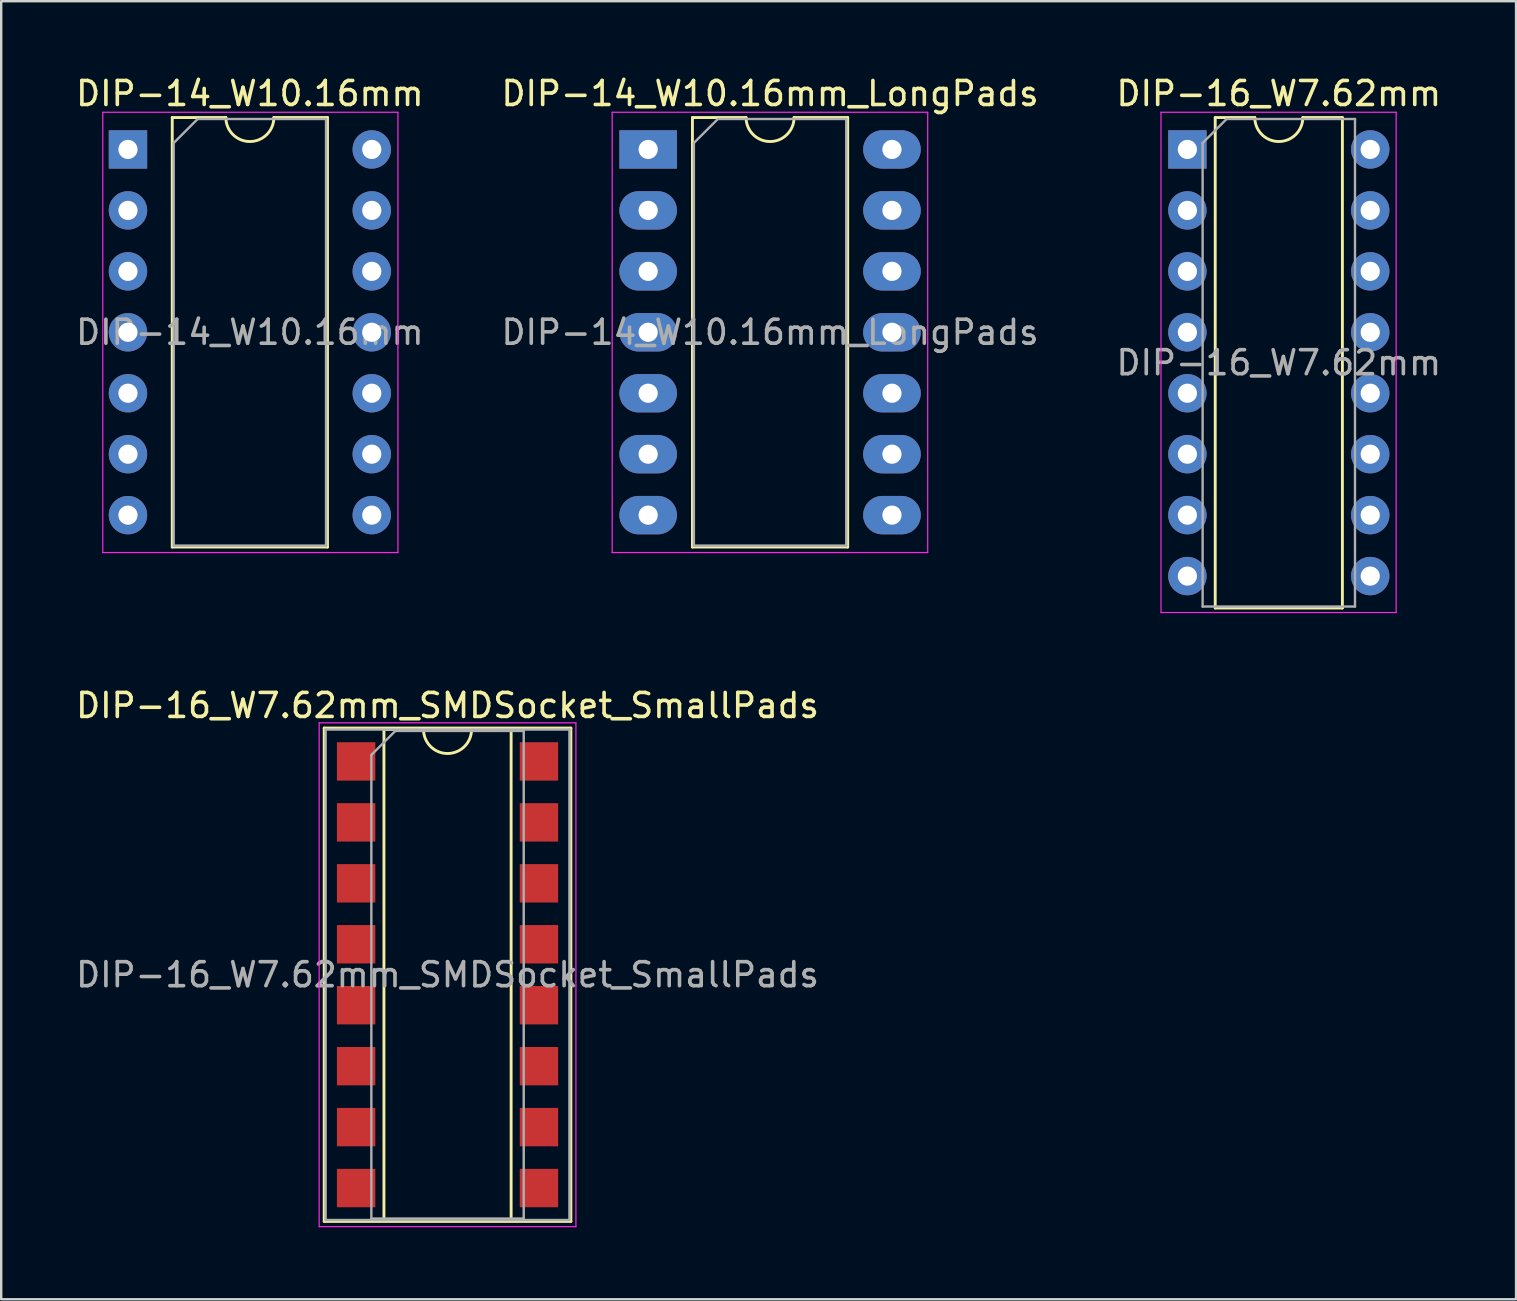
<source format=kicad_pcb>
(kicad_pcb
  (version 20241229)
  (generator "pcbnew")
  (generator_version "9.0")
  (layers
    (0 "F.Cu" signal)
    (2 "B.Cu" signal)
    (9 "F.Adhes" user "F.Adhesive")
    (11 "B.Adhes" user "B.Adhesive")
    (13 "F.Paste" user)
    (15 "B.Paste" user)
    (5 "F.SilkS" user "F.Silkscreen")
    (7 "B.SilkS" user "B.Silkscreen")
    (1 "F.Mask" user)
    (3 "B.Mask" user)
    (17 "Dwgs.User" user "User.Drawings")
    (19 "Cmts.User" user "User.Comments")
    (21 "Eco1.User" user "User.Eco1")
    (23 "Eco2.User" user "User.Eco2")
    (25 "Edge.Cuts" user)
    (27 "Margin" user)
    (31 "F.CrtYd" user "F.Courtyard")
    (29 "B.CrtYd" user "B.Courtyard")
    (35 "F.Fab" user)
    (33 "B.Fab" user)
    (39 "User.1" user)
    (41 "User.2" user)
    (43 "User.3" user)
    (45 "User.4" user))
  (footprint "DIP-14_W10.16mm_LongPads"
    (layer "F.Cu")
    (at 23.962 3.178)
    (property "Reference" "DIP-14_W10.16mm_LongPads" (at 5.08 -2.33 0) (layer "F.SilkS") (effects (font (size 1 1) (thickness 0.15))))
    (attr through_hole)
    (fp_line (start 1.845 -1.33) (end 1.845 16.57) (stroke (width 0.12) (type solid)) (layer "F.SilkS"))
    (fp_line (start 1.845 16.57) (end 8.315 16.57) (stroke (width 0.12) (type solid)) (layer "F.SilkS"))
    (fp_line (start 4.08 -1.33) (end 1.845 -1.33) (stroke (width 0.12) (type solid)) (layer "F.SilkS"))
    (fp_line (start 8.315 -1.33) (end 6.08 -1.33) (stroke (width 0.12) (type solid)) (layer "F.SilkS"))
    (fp_line (start 8.315 16.57) (end 8.315 -1.33) (stroke (width 0.12) (type solid)) (layer "F.SilkS"))
    (fp_arc (start 6.08 -1.33) (mid 5.08 -0.33) (end 4.08 -1.33) (stroke (width 0.12) (type solid)) (layer "F.SilkS"))
    (fp_line (start -1.5 -1.55) (end -1.5 16.8) (stroke (width 0.05) (type solid)) (layer "F.CrtYd"))
    (fp_line (start -1.5 16.8) (end 11.65 16.8) (stroke (width 0.05) (type solid)) (layer "F.CrtYd"))
    (fp_line (start 11.65 -1.55) (end -1.5 -1.55) (stroke (width 0.05) (type solid)) (layer "F.CrtYd"))
    (fp_line (start 11.65 16.8) (end 11.65 -1.55) (stroke (width 0.05) (type solid)) (layer "F.CrtYd"))
    (fp_line (start 1.905 -0.27) (end 2.905 -1.27) (stroke (width 0.1) (type solid)) (layer "F.Fab"))
    (fp_line (start 1.905 16.51) (end 1.905 -0.27) (stroke (width 0.1) (type solid)) (layer "F.Fab"))
    (fp_line (start 2.905 -1.27) (end 8.255 -1.27) (stroke (width 0.1) (type solid)) (layer "F.Fab"))
    (fp_line (start 8.255 -1.27) (end 8.255 16.51) (stroke (width 0.1) (type solid)) (layer "F.Fab"))
    (fp_line (start 8.255 16.51) (end 1.905 16.51) (stroke (width 0.1) (type solid)) (layer "F.Fab"))
    (fp_text user "${REFERENCE}" (at 5.08 7.62 0) (layer "F.Fab") (effects (font (size 1 1) (thickness 0.15))))
    (pad "1" thru_hole rect (at 0 0) (size 2.4 1.6) (drill 0.8) (layers "*.Cu" "*.Mask"))
    (pad "2" thru_hole oval (at 0 2.54) (size 2.4 1.6) (drill 0.8) (layers "*.Cu" "*.Mask"))
    (pad "3" thru_hole oval (at 0 5.08) (size 2.4 1.6) (drill 0.8) (layers "*.Cu" "*.Mask"))
    (pad "4" thru_hole oval (at 0 7.62) (size 2.4 1.6) (drill 0.8) (layers "*.Cu" "*.Mask"))
    (pad "5" thru_hole oval (at 0 10.16) (size 2.4 1.6) (drill 0.8) (layers "*.Cu" "*.Mask"))
    (pad "6" thru_hole oval (at 0 12.7) (size 2.4 1.6) (drill 0.8) (layers "*.Cu" "*.Mask"))
    (pad "7" thru_hole oval (at 0 15.24) (size 2.4 1.6) (drill 0.8) (layers "*.Cu" "*.Mask"))
    (pad "8" thru_hole oval (at 10.16 15.24) (size 2.4 1.6) (drill 0.8) (layers "*.Cu" "*.Mask"))
    (pad "9" thru_hole oval (at 10.16 12.7) (size 2.4 1.6) (drill 0.8) (layers "*.Cu" "*.Mask"))
    (pad "10" thru_hole oval (at 10.16 10.16) (size 2.4 1.6) (drill 0.8) (layers "*.Cu" "*.Mask"))
    (pad "11" thru_hole oval (at 10.16 7.62) (size 2.4 1.6) (drill 0.8) (layers "*.Cu" "*.Mask"))
    (pad "12" thru_hole oval (at 10.16 5.08) (size 2.4 1.6) (drill 0.8) (layers "*.Cu" "*.Mask"))
    (pad "13" thru_hole oval (at 10.16 2.54) (size 2.4 1.6) (drill 0.8) (layers "*.Cu" "*.Mask"))
    (pad "14" thru_hole oval (at 10.16 0) (size 2.4 1.6) (drill 0.8) (layers "*.Cu" "*.Mask")))
  (footprint "DIP-14_W10.16mm"
    (layer "F.Cu")
    (at 2.283 3.178)
    (property "Reference" "DIP-14_W10.16mm" (at 5.08 -2.33 0) (layer "F.SilkS") (effects (font (size 1 1) (thickness 0.15))))
    (attr through_hole)
    (fp_line (start 1.845 -1.33) (end 1.845 16.57) (stroke (width 0.12) (type solid)) (layer "F.SilkS"))
    (fp_line (start 1.845 16.57) (end 8.315 16.57) (stroke (width 0.12) (type solid)) (layer "F.SilkS"))
    (fp_line (start 4.08 -1.33) (end 1.845 -1.33) (stroke (width 0.12) (type solid)) (layer "F.SilkS"))
    (fp_line (start 8.315 -1.33) (end 6.08 -1.33) (stroke (width 0.12) (type solid)) (layer "F.SilkS"))
    (fp_line (start 8.315 16.57) (end 8.315 -1.33) (stroke (width 0.12) (type solid)) (layer "F.SilkS"))
    (fp_arc (start 6.08 -1.33) (mid 5.08 -0.33) (end 4.08 -1.33) (stroke (width 0.12) (type solid)) (layer "F.SilkS"))
    (fp_line (start -1.05 -1.55) (end -1.05 16.8) (stroke (width 0.05) (type solid)) (layer "F.CrtYd"))
    (fp_line (start -1.05 16.8) (end 11.25 16.8) (stroke (width 0.05) (type solid)) (layer "F.CrtYd"))
    (fp_line (start 11.25 -1.55) (end -1.05 -1.55) (stroke (width 0.05) (type solid)) (layer "F.CrtYd"))
    (fp_line (start 11.25 16.8) (end 11.25 -1.55) (stroke (width 0.05) (type solid)) (layer "F.CrtYd"))
    (fp_line (start 1.905 -0.27) (end 2.905 -1.27) (stroke (width 0.1) (type solid)) (layer "F.Fab"))
    (fp_line (start 1.905 16.51) (end 1.905 -0.27) (stroke (width 0.1) (type solid)) (layer "F.Fab"))
    (fp_line (start 2.905 -1.27) (end 8.255 -1.27) (stroke (width 0.1) (type solid)) (layer "F.Fab"))
    (fp_line (start 8.255 -1.27) (end 8.255 16.51) (stroke (width 0.1) (type solid)) (layer "F.Fab"))
    (fp_line (start 8.255 16.51) (end 1.905 16.51) (stroke (width 0.1) (type solid)) (layer "F.Fab"))
    (fp_text user "${REFERENCE}" (at 5.08 7.62 0) (layer "F.Fab") (effects (font (size 1 1) (thickness 0.15))))
    (pad "1" thru_hole rect (at 0 0) (size 1.6 1.6) (drill 0.8) (layers "*.Cu" "*.Mask"))
    (pad "2" thru_hole oval (at 0 2.54) (size 1.6 1.6) (drill 0.8) (layers "*.Cu" "*.Mask"))
    (pad "3" thru_hole oval (at 0 5.08) (size 1.6 1.6) (drill 0.8) (layers "*.Cu" "*.Mask"))
    (pad "4" thru_hole oval (at 0 7.62) (size 1.6 1.6) (drill 0.8) (layers "*.Cu" "*.Mask"))
    (pad "5" thru_hole oval (at 0 10.16) (size 1.6 1.6) (drill 0.8) (layers "*.Cu" "*.Mask"))
    (pad "6" thru_hole oval (at 0 12.7) (size 1.6 1.6) (drill 0.8) (layers "*.Cu" "*.Mask"))
    (pad "7" thru_hole oval (at 0 15.24) (size 1.6 1.6) (drill 0.8) (layers "*.Cu" "*.Mask"))
    (pad "8" thru_hole oval (at 10.16 15.24) (size 1.6 1.6) (drill 0.8) (layers "*.Cu" "*.Mask"))
    (pad "9" thru_hole oval (at 10.16 12.7) (size 1.6 1.6) (drill 0.8) (layers "*.Cu" "*.Mask"))
    (pad "10" thru_hole oval (at 10.16 10.16) (size 1.6 1.6) (drill 0.8) (layers "*.Cu" "*.Mask"))
    (pad "11" thru_hole oval (at 10.16 7.62) (size 1.6 1.6) (drill 0.8) (layers "*.Cu" "*.Mask"))
    (pad "12" thru_hole oval (at 10.16 5.08) (size 1.6 1.6) (drill 0.8) (layers "*.Cu" "*.Mask"))
    (pad "13" thru_hole oval (at 10.16 2.54) (size 1.6 1.6) (drill 0.8) (layers "*.Cu" "*.Mask"))
    (pad "14" thru_hole oval (at 10.16 0) (size 1.6 1.6) (drill 0.8) (layers "*.Cu" "*.Mask")))
  (footprint "DIP-16_W7.62mm"
    (layer "F.Cu")
    (at 46.434 3.178)
    (property "Reference" "DIP-16_W7.62mm" (at 3.81 -2.33 0) (layer "F.SilkS") (effects (font (size 1 1) (thickness 0.15))))
    (attr through_hole)
    (fp_line (start 1.16 -1.33) (end 1.16 19.11) (stroke (width 0.12) (type solid)) (layer "F.SilkS"))
    (fp_line (start 1.16 19.11) (end 6.46 19.11) (stroke (width 0.12) (type solid)) (layer "F.SilkS"))
    (fp_line (start 2.81 -1.33) (end 1.16 -1.33) (stroke (width 0.12) (type solid)) (layer "F.SilkS"))
    (fp_line (start 6.46 -1.33) (end 4.81 -1.33) (stroke (width 0.12) (type solid)) (layer "F.SilkS"))
    (fp_line (start 6.46 19.11) (end 6.46 -1.33) (stroke (width 0.12) (type solid)) (layer "F.SilkS"))
    (fp_arc (start 4.81 -1.33) (mid 3.81 -0.33) (end 2.81 -1.33) (stroke (width 0.12) (type solid)) (layer "F.SilkS"))
    (fp_line (start -1.1 -1.55) (end -1.1 19.3) (stroke (width 0.05) (type solid)) (layer "F.CrtYd"))
    (fp_line (start -1.1 19.3) (end 8.7 19.3) (stroke (width 0.05) (type solid)) (layer "F.CrtYd"))
    (fp_line (start 8.7 -1.55) (end -1.1 -1.55) (stroke (width 0.05) (type solid)) (layer "F.CrtYd"))
    (fp_line (start 8.7 19.3) (end 8.7 -1.55) (stroke (width 0.05) (type solid)) (layer "F.CrtYd"))
    (fp_line (start 0.635 -0.27) (end 1.635 -1.27) (stroke (width 0.1) (type solid)) (layer "F.Fab"))
    (fp_line (start 0.635 19.05) (end 0.635 -0.27) (stroke (width 0.1) (type solid)) (layer "F.Fab"))
    (fp_line (start 1.635 -1.27) (end 6.985 -1.27) (stroke (width 0.1) (type solid)) (layer "F.Fab"))
    (fp_line (start 6.985 -1.27) (end 6.985 19.05) (stroke (width 0.1) (type solid)) (layer "F.Fab"))
    (fp_line (start 6.985 19.05) (end 0.635 19.05) (stroke (width 0.1) (type solid)) (layer "F.Fab"))
    (fp_text user "${REFERENCE}" (at 3.81 8.89 0) (layer "F.Fab") (effects (font (size 1 1) (thickness 0.15))))
    (pad "1" thru_hole rect (at 0 0) (size 1.6 1.6) (drill 0.8) (layers "*.Cu" "*.Mask"))
    (pad "2" thru_hole oval (at 0 2.54) (size 1.6 1.6) (drill 0.8) (layers "*.Cu" "*.Mask"))
    (pad "3" thru_hole oval (at 0 5.08) (size 1.6 1.6) (drill 0.8) (layers "*.Cu" "*.Mask"))
    (pad "4" thru_hole oval (at 0 7.62) (size 1.6 1.6) (drill 0.8) (layers "*.Cu" "*.Mask"))
    (pad "5" thru_hole oval (at 0 10.16) (size 1.6 1.6) (drill 0.8) (layers "*.Cu" "*.Mask"))
    (pad "6" thru_hole oval (at 0 12.7) (size 1.6 1.6) (drill 0.8) (layers "*.Cu" "*.Mask"))
    (pad "7" thru_hole oval (at 0 15.24) (size 1.6 1.6) (drill 0.8) (layers "*.Cu" "*.Mask"))
    (pad "8" thru_hole oval (at 0 17.78) (size 1.6 1.6) (drill 0.8) (layers "*.Cu" "*.Mask"))
    (pad "9" thru_hole oval (at 7.62 17.78) (size 1.6 1.6) (drill 0.8) (layers "*.Cu" "*.Mask"))
    (pad "10" thru_hole oval (at 7.62 15.24) (size 1.6 1.6) (drill 0.8) (layers "*.Cu" "*.Mask"))
    (pad "11" thru_hole oval (at 7.62 12.7) (size 1.6 1.6) (drill 0.8) (layers "*.Cu" "*.Mask"))
    (pad "12" thru_hole oval (at 7.62 10.16) (size 1.6 1.6) (drill 0.8) (layers "*.Cu" "*.Mask"))
    (pad "13" thru_hole oval (at 7.62 7.62) (size 1.6 1.6) (drill 0.8) (layers "*.Cu" "*.Mask"))
    (pad "14" thru_hole oval (at 7.62 5.08) (size 1.6 1.6) (drill 0.8) (layers "*.Cu" "*.Mask"))
    (pad "15" thru_hole oval (at 7.62 2.54) (size 1.6 1.6) (drill 0.8) (layers "*.Cu" "*.Mask"))
    (pad "16" thru_hole oval (at 7.62 0) (size 1.6 1.6) (drill 0.8) (layers "*.Cu" "*.Mask")))
  (footprint "DIP-16_W7.62mm_SMDSocket_SmallPads"
    (layer "F.Cu")
    (at 15.601 37.572)
    (property "Reference" "DIP-16_W7.62mm_SMDSocket_SmallPads" (at 0 -11.22 0) (layer "F.SilkS") (effects (font (size 1 1) (thickness 0.15))))
    (attr smd)
    (fp_line (start -5.14 -10.28) (end -5.14 10.28) (stroke (width 0.12) (type solid)) (layer "F.SilkS"))
    (fp_line (start -5.14 10.28) (end 5.14 10.28) (stroke (width 0.12) (type solid)) (layer "F.SilkS"))
    (fp_line (start -2.65 -10.22) (end -2.65 10.22) (stroke (width 0.12) (type solid)) (layer "F.SilkS"))
    (fp_line (start -2.65 10.22) (end 2.65 10.22) (stroke (width 0.12) (type solid)) (layer "F.SilkS"))
    (fp_line (start -1 -10.22) (end -2.65 -10.22) (stroke (width 0.12) (type solid)) (layer "F.SilkS"))
    (fp_line (start 2.65 -10.22) (end 1 -10.22) (stroke (width 0.12) (type solid)) (layer "F.SilkS"))
    (fp_line (start 2.65 10.22) (end 2.65 -10.22) (stroke (width 0.12) (type solid)) (layer "F.SilkS"))
    (fp_line (start 5.14 -10.28) (end -5.14 -10.28) (stroke (width 0.12) (type solid)) (layer "F.SilkS"))
    (fp_line (start 5.14 10.28) (end 5.14 -10.28) (stroke (width 0.12) (type solid)) (layer "F.SilkS"))
    (fp_arc (start 1 -10.22) (mid 0 -9.22) (end -1 -10.22) (stroke (width 0.12) (type solid)) (layer "F.SilkS"))
    (fp_line (start -5.35 -10.5) (end -5.35 10.5) (stroke (width 0.05) (type solid)) (layer "F.CrtYd"))
    (fp_line (start -5.35 10.5) (end 5.35 10.5) (stroke (width 0.05) (type solid)) (layer "F.CrtYd"))
    (fp_line (start 5.35 -10.5) (end -5.35 -10.5) (stroke (width 0.05) (type solid)) (layer "F.CrtYd"))
    (fp_line (start 5.35 10.5) (end 5.35 -10.5) (stroke (width 0.05) (type solid)) (layer "F.CrtYd"))
    (fp_line (start -5.08 -10.22) (end -5.08 10.22) (stroke (width 0.1) (type solid)) (layer "F.Fab"))
    (fp_line (start -5.08 10.22) (end 5.08 10.22) (stroke (width 0.1) (type solid)) (layer "F.Fab"))
    (fp_line (start -3.175 -9.16) (end -2.175 -10.16) (stroke (width 0.1) (type solid)) (layer "F.Fab"))
    (fp_line (start -3.175 10.16) (end -3.175 -9.16) (stroke (width 0.1) (type solid)) (layer "F.Fab"))
    (fp_line (start -2.175 -10.16) (end 3.175 -10.16) (stroke (width 0.1) (type solid)) (layer "F.Fab"))
    (fp_line (start 3.175 -10.16) (end 3.175 10.16) (stroke (width 0.1) (type solid)) (layer "F.Fab"))
    (fp_line (start 3.175 10.16) (end -3.175 10.16) (stroke (width 0.1) (type solid)) (layer "F.Fab"))
    (fp_line (start 5.08 -10.22) (end -5.08 -10.22) (stroke (width 0.1) (type solid)) (layer "F.Fab"))
    (fp_line (start 5.08 10.22) (end 5.08 -10.22) (stroke (width 0.1) (type solid)) (layer "F.Fab"))
    (fp_text user "${REFERENCE}" (at 0 0 0) (layer "F.Fab") (effects (font (size 1 1) (thickness 0.15))))
    (pad "1" smd rect (at -3.81 -8.89) (size 1.6 1.6) (layers "F.Cu" "F.Mask" "F.Paste"))
    (pad "2" smd rect (at -3.81 -6.35) (size 1.6 1.6) (layers "F.Cu" "F.Mask" "F.Paste"))
    (pad "3" smd rect (at -3.81 -3.81) (size 1.6 1.6) (layers "F.Cu" "F.Mask" "F.Paste"))
    (pad "4" smd rect (at -3.81 -1.27) (size 1.6 1.6) (layers "F.Cu" "F.Mask" "F.Paste"))
    (pad "5" smd rect (at -3.81 1.27) (size 1.6 1.6) (layers "F.Cu" "F.Mask" "F.Paste"))
    (pad "6" smd rect (at -3.81 3.81) (size 1.6 1.6) (layers "F.Cu" "F.Mask" "F.Paste"))
    (pad "7" smd rect (at -3.81 6.35) (size 1.6 1.6) (layers "F.Cu" "F.Mask" "F.Paste"))
    (pad "8" smd rect (at -3.81 8.89) (size 1.6 1.6) (layers "F.Cu" "F.Mask" "F.Paste"))
    (pad "9" smd rect (at 3.81 8.89) (size 1.6 1.6) (layers "F.Cu" "F.Mask" "F.Paste"))
    (pad "10" smd rect (at 3.81 6.35) (size 1.6 1.6) (layers "F.Cu" "F.Mask" "F.Paste"))
    (pad "11" smd rect (at 3.81 3.81) (size 1.6 1.6) (layers "F.Cu" "F.Mask" "F.Paste"))
    (pad "12" smd rect (at 3.81 1.27) (size 1.6 1.6) (layers "F.Cu" "F.Mask" "F.Paste"))
    (pad "13" smd rect (at 3.81 -1.27) (size 1.6 1.6) (layers "F.Cu" "F.Mask" "F.Paste"))
    (pad "14" smd rect (at 3.81 -3.81) (size 1.6 1.6) (layers "F.Cu" "F.Mask" "F.Paste"))
    (pad "15" smd rect (at 3.81 -6.35) (size 1.6 1.6) (layers "F.Cu" "F.Mask" "F.Paste"))
    (pad "16" smd rect (at 3.81 -8.89) (size 1.6 1.6) (layers "F.Cu" "F.Mask" "F.Paste")))
  (gr_rect
    (start -3 -3)
    (end 60.131 51.096)
    (stroke (width 0.1) (type default))
    (fill no)
    (layer "Edge.Cuts")))
</source>
